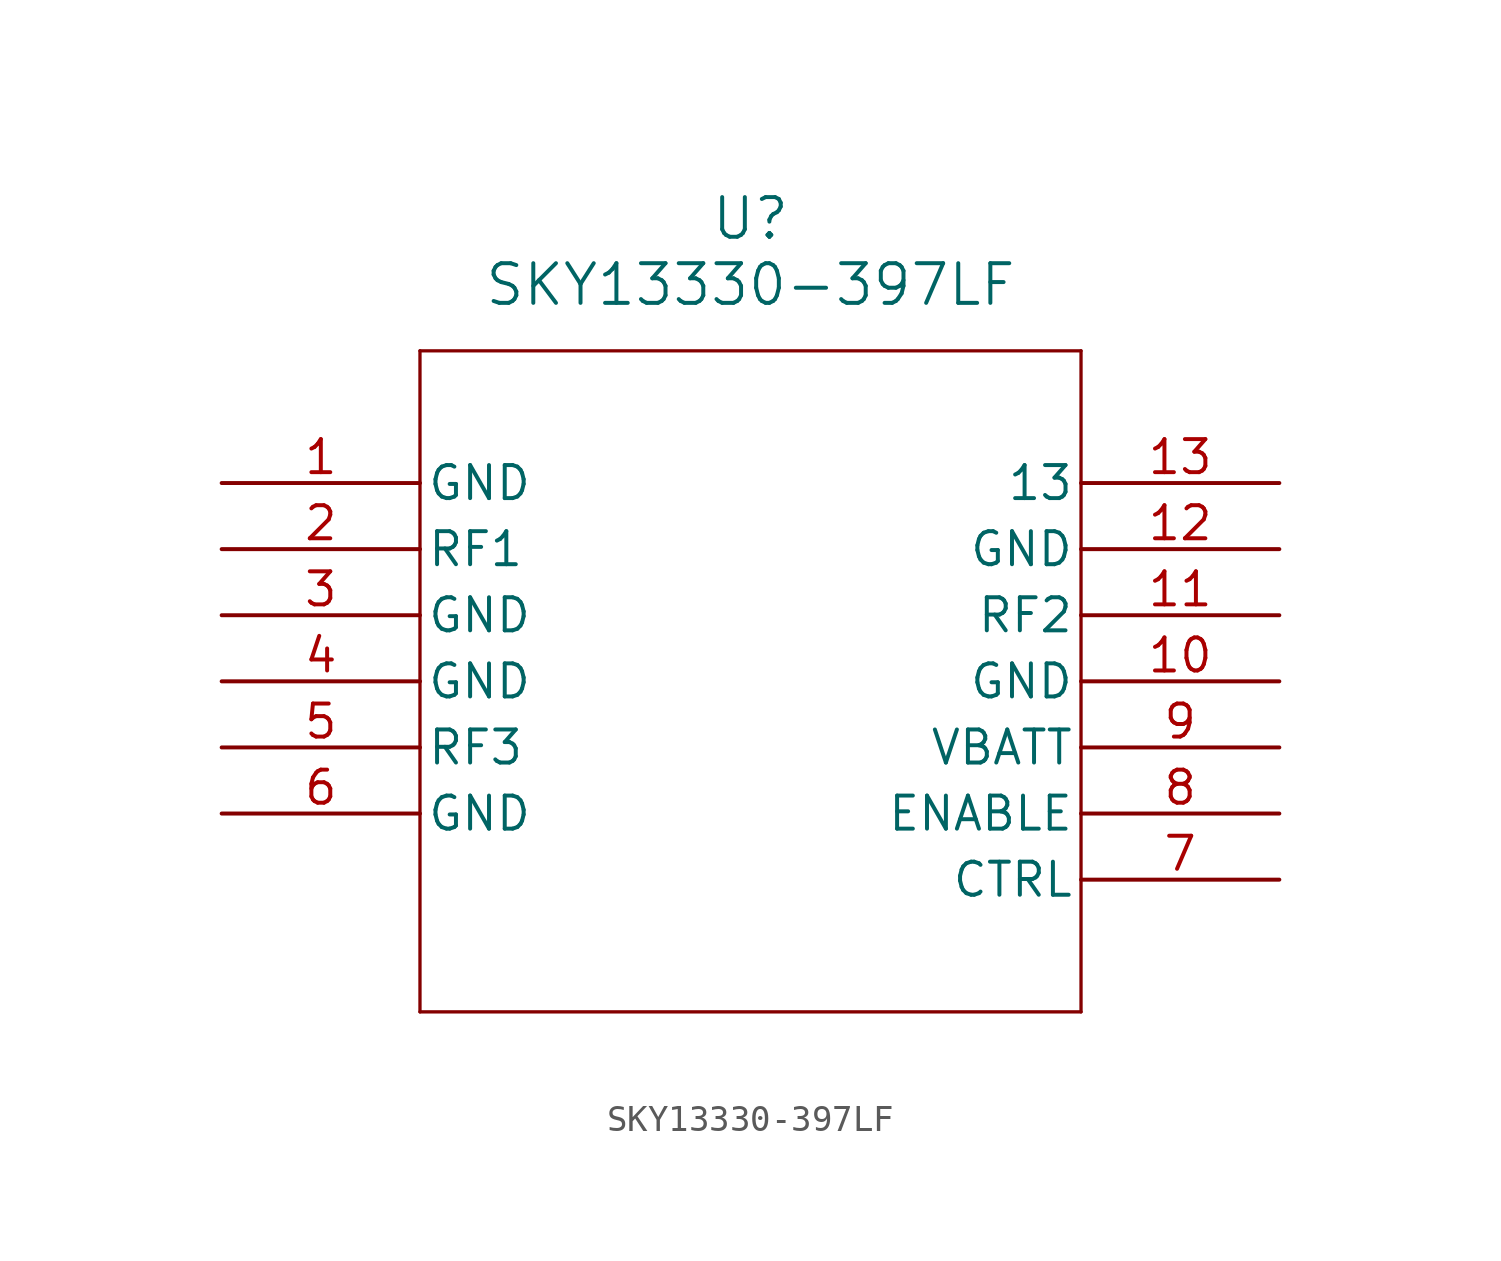
<source format=kicad_sym>
(kicad_symbol_lib
  (version 20211014)
  (generator kicad_symbol_editor)
  (symbol "SKY13330-397LF"
    (pin_names
      (offset 0.254))
    (property "Reference" "U"
      (at 20.32 10.16 0)
      (effects (font (size 1.524 1.524))))
    (property "Value" "SKY13330-397LF"
      (at 20.32 7.62 0)
      (effects (font (size 1.524 1.524))))
    (symbol "SKY13330-397LF_0_1"
      (polyline (pts (xy 7.62 5.08) (xy 7.62 -20.32)) (stroke (width 0.127) (type default) (color 0 0 0 0)) (fill (type none)))
      (polyline (pts (xy 7.62 -20.32) (xy 33.02 -20.32)) (stroke (width 0.127) (type default) (color 0 0 0 0)) (fill (type none)))
      (polyline (pts (xy 33.02 -20.32) (xy 33.02 5.08)) (stroke (width 0.127) (type default) (color 0 0 0 0)) (fill (type none)))
      (polyline (pts (xy 33.02 5.08) (xy 7.62 5.08)) (stroke (width 0.127) (type default) (color 0 0 0 0)) (fill (type none)))
      (pin power_out line (at 0 0 0) (length 7.62) (name "GND" (effects (font (size 1.27 1.27)))) (number "1" (effects (font (size 1.27 1.27)))))
      (pin bidirectional line (at 0 -2.54 0) (length 7.62) (name "RF1" (effects (font (size 1.27 1.27)))) (number "2" (effects (font (size 1.27 1.27)))))
      (pin power_out line (at 0 -5.08 0) (length 7.62) (name "GND" (effects (font (size 1.27 1.27)))) (number "3" (effects (font (size 1.27 1.27)))))
      (pin power_out line (at 0 -7.62 0) (length 7.62) (name "GND" (effects (font (size 1.27 1.27)))) (number "4" (effects (font (size 1.27 1.27)))))
      (pin bidirectional line (at 0 -10.16 0) (length 7.62) (name "RF3" (effects (font (size 1.27 1.27)))) (number "5" (effects (font (size 1.27 1.27)))))
      (pin power_out line (at 0 -12.7 0) (length 7.62) (name "GND" (effects (font (size 1.27 1.27)))) (number "6" (effects (font (size 1.27 1.27)))))
      (pin unspecified line (at 40.64 -15.24 180) (length 7.62) (name "CTRL" (effects (font (size 1.27 1.27)))) (number "7" (effects (font (size 1.27 1.27)))))
      (pin unspecified line (at 40.64 -12.7 180) (length 7.62) (name "ENABLE" (effects (font (size 1.27 1.27)))) (number "8" (effects (font (size 1.27 1.27)))))
      (pin unspecified line (at 40.64 -10.16 180) (length 7.62) (name "VBATT" (effects (font (size 1.27 1.27)))) (number "9" (effects (font (size 1.27 1.27)))))
      (pin power_out line (at 40.64 -7.62 180) (length 7.62) (name "GND" (effects (font (size 1.27 1.27)))) (number "10" (effects (font (size 1.27 1.27)))))
      (pin bidirectional line (at 40.64 -5.08 180) (length 7.62) (name "RF2" (effects (font (size 1.27 1.27)))) (number "11" (effects (font (size 1.27 1.27)))))
      (pin power_out line (at 40.64 -2.54 180) (length 7.62) (name "GND" (effects (font (size 1.27 1.27)))) (number "12" (effects (font (size 1.27 1.27)))))
      (pin unspecified line (at 40.64 0 180) (length 7.62) (name "13" (effects (font (size 1.27 1.27)))) (number "13" (effects (font (size 1.27 1.27))))))))
</source>
